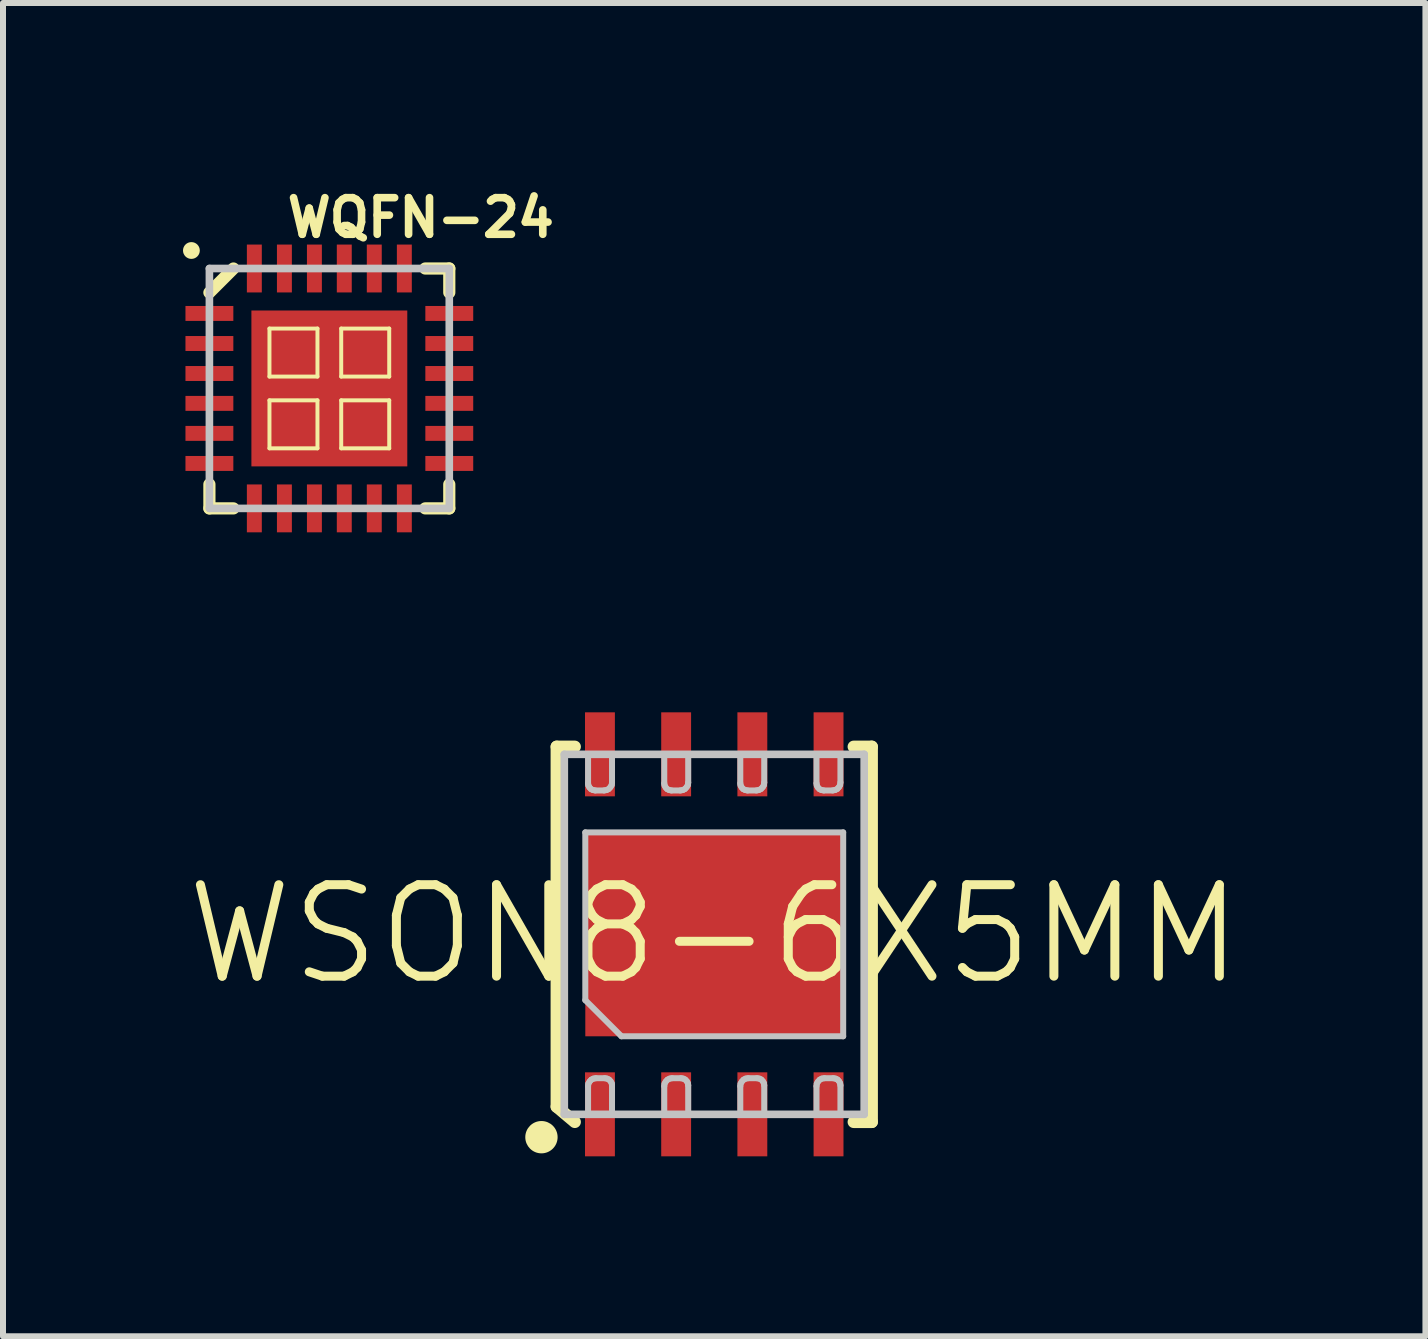
<source format=kicad_pcb>
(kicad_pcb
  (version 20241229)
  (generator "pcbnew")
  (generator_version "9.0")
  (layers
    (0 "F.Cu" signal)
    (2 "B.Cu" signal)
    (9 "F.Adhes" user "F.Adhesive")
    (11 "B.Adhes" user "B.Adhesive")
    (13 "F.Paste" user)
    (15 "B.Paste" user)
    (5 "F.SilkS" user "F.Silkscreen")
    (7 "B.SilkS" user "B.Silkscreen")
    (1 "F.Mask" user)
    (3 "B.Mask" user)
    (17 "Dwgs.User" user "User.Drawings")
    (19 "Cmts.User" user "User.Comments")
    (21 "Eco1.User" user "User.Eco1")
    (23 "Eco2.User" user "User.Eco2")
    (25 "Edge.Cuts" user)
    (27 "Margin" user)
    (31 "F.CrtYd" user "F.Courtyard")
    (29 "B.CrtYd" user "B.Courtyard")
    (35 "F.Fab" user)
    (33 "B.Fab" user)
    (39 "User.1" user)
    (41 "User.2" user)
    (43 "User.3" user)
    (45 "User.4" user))
  (footprint "WQFN-24"
    (layer "F.Cu")
    (at 2.439 3.424)
    (property "Reference" "WQFN-24" (at 1.524 -2.845 0) (layer "F.SilkS") (effects (font (size 0.61 0.61) (thickness 0.127))))
    (attr smd)
    (fp_line (start -1.999 -1.598) (end -1.598 -1.999) (stroke (width 0.203) (type solid)) (layer "F.SilkS"))
    (fp_line (start -1.999 1.999) (end -1.999 1.598) (stroke (width 0.203) (type solid)) (layer "F.SilkS"))
    (fp_line (start -1.999 1.999) (end -1.598 1.999) (stroke (width 0.203) (type solid)) (layer "F.SilkS"))
    (fp_line (start -0.998 -0.998) (end -0.198 -0.998) (stroke (width 0.066) (type solid)) (layer "F.SilkS"))
    (fp_line (start -0.998 -0.198) (end -0.998 -0.998) (stroke (width 0.066) (type solid)) (layer "F.SilkS"))
    (fp_line (start -0.998 -0.198) (end -0.198 -0.198) (stroke (width 0.066) (type solid)) (layer "F.SilkS"))
    (fp_line (start -0.998 0.198) (end -0.198 0.198) (stroke (width 0.066) (type solid)) (layer "F.SilkS"))
    (fp_line (start -0.998 0.998) (end -0.998 0.198) (stroke (width 0.066) (type solid)) (layer "F.SilkS"))
    (fp_line (start -0.998 0.998) (end -0.198 0.998) (stroke (width 0.066) (type solid)) (layer "F.SilkS"))
    (fp_line (start -0.198 -0.198) (end -0.198 -0.998) (stroke (width 0.066) (type solid)) (layer "F.SilkS"))
    (fp_line (start -0.198 0.998) (end -0.198 0.198) (stroke (width 0.066) (type solid)) (layer "F.SilkS"))
    (fp_line (start 0.198 -0.998) (end 0.998 -0.998) (stroke (width 0.066) (type solid)) (layer "F.SilkS"))
    (fp_line (start 0.198 -0.198) (end 0.198 -0.998) (stroke (width 0.066) (type solid)) (layer "F.SilkS"))
    (fp_line (start 0.198 -0.198) (end 0.998 -0.198) (stroke (width 0.066) (type solid)) (layer "F.SilkS"))
    (fp_line (start 0.198 0.198) (end 0.998 0.198) (stroke (width 0.066) (type solid)) (layer "F.SilkS"))
    (fp_line (start 0.198 0.998) (end 0.198 0.198) (stroke (width 0.066) (type solid)) (layer "F.SilkS"))
    (fp_line (start 0.198 0.998) (end 0.998 0.998) (stroke (width 0.066) (type solid)) (layer "F.SilkS"))
    (fp_line (start 0.998 -0.198) (end 0.998 -0.998) (stroke (width 0.066) (type solid)) (layer "F.SilkS"))
    (fp_line (start 0.998 0.998) (end 0.998 0.198) (stroke (width 0.066) (type solid)) (layer "F.SilkS"))
    (fp_line (start 1.999 -1.999) (end 1.598 -1.999) (stroke (width 0.203) (type solid)) (layer "F.SilkS"))
    (fp_line (start 1.999 -1.999) (end 1.999 -1.598) (stroke (width 0.203) (type solid)) (layer "F.SilkS"))
    (fp_line (start 1.999 1.999) (end 1.598 1.999) (stroke (width 0.203) (type solid)) (layer "F.SilkS"))
    (fp_line (start 1.999 1.999) (end 1.999 1.598) (stroke (width 0.203) (type solid)) (layer "F.SilkS"))
    (fp_circle (center -2.299 -2.299) (end -2.398 -2.398) (stroke (width 0) (type solid)) (fill yes) (layer "F.SilkS"))
    (fp_line (start -1.999 -1.999) (end 1.999 -1.999) (stroke (width 0.127) (type solid)) (layer "Dwgs.User"))
    (fp_line (start -1.999 1.999) (end -1.999 -1.999) (stroke (width 0.127) (type solid)) (layer "Dwgs.User"))
    (fp_line (start 1.999 -1.999) (end 1.999 1.999) (stroke (width 0.127) (type solid)) (layer "Dwgs.User"))
    (fp_line (start 1.999 1.999) (end -1.999 1.999) (stroke (width 0.127) (type solid)) (layer "Dwgs.User"))
    (pad "1" smd rect (at -1.999 -1.25 90) (size 0.249 0.798) (layers "F.Cu" "F.Mask" "F.Paste"))
    (pad "2" smd rect (at -1.999 -0.749 90) (size 0.249 0.798) (layers "F.Cu" "F.Mask" "F.Paste"))
    (pad "3" smd rect (at -1.999 -0.249 90) (size 0.249 0.798) (layers "F.Cu" "F.Mask" "F.Paste"))
    (pad "4" smd rect (at -1.999 0.249 90) (size 0.249 0.798) (layers "F.Cu" "F.Mask" "F.Paste"))
    (pad "5" smd rect (at -1.999 0.749 90) (size 0.249 0.798) (layers "F.Cu" "F.Mask" "F.Paste"))
    (pad "6" smd rect (at -1.999 1.25 90) (size 0.249 0.798) (layers "F.Cu" "F.Mask" "F.Paste"))
    (pad "7" smd rect (at -1.25 1.999) (size 0.249 0.798) (layers "F.Cu" "F.Mask" "F.Paste"))
    (pad "8" smd rect (at -0.749 1.999) (size 0.249 0.798) (layers "F.Cu" "F.Mask" "F.Paste"))
    (pad "9" smd rect (at -0.249 1.999) (size 0.249 0.798) (layers "F.Cu" "F.Mask" "F.Paste"))
    (pad "10" smd rect (at 0.249 1.999) (size 0.249 0.798) (layers "F.Cu" "F.Mask" "F.Paste"))
    (pad "11" smd rect (at 0.749 1.999) (size 0.249 0.798) (layers "F.Cu" "F.Mask" "F.Paste"))
    (pad "12" smd rect (at 1.25 1.999) (size 0.249 0.798) (layers "F.Cu" "F.Mask" "F.Paste"))
    (pad "13" smd rect (at 1.999 1.25 90) (size 0.249 0.798) (layers "F.Cu" "F.Mask" "F.Paste"))
    (pad "14" smd rect (at 1.999 0.749 90) (size 0.249 0.798) (layers "F.Cu" "F.Mask" "F.Paste"))
    (pad "15" smd rect (at 1.999 0.249 90) (size 0.249 0.798) (layers "F.Cu" "F.Mask" "F.Paste"))
    (pad "16" smd rect (at 1.999 -0.249 90) (size 0.249 0.798) (layers "F.Cu" "F.Mask" "F.Paste"))
    (pad "17" smd rect (at 1.999 -0.749 90) (size 0.249 0.798) (layers "F.Cu" "F.Mask" "F.Paste"))
    (pad "18" smd rect (at 1.999 -1.25 90) (size 0.249 0.798) (layers "F.Cu" "F.Mask" "F.Paste"))
    (pad "19" smd rect (at 1.25 -1.999) (size 0.249 0.798) (layers "F.Cu" "F.Mask" "F.Paste"))
    (pad "20" smd rect (at 0.749 -1.999) (size 0.249 0.798) (layers "F.Cu" "F.Mask" "F.Paste"))
    (pad "21" smd rect (at 0.249 -1.999) (size 0.249 0.798) (layers "F.Cu" "F.Mask" "F.Paste"))
    (pad "22" smd rect (at -0.249 -1.999) (size 0.249 0.798) (layers "F.Cu" "F.Mask" "F.Paste"))
    (pad "23" smd rect (at -0.749 -1.999) (size 0.249 0.798) (layers "F.Cu" "F.Mask" "F.Paste"))
    (pad "24" smd rect (at -1.25 -1.999) (size 0.249 0.798) (layers "F.Cu" "F.Mask" "F.Paste"))
    (pad "EP" smd rect (at 0 0) (size 2.598 2.598) (layers "F.Cu" "F.Mask" "F.Paste")))
  (footprint "WSON8-6X5MM"
    (layer "F.Cu")
    (at 8.854 12.522)
    (property "Reference" "WSON8-6X5MM" (at 0 0 0) (layer "F.SilkS") (effects (font (size 1.524 1.524) (thickness 0.15))))
    (attr smd)
    (fp_line (start -2.626 -3.127) (end -2.626 2.873) (stroke (width 0.203) (type solid)) (layer "F.SilkS"))
    (fp_line (start -2.626 2.873) (end -2.324 3.127) (stroke (width 0.203) (type solid)) (layer "F.SilkS"))
    (fp_line (start -2.324 -3.127) (end -2.626 -3.127) (stroke (width 0.203) (type solid)) (layer "F.SilkS"))
    (fp_line (start 2.324 3.127) (end 2.626 3.127) (stroke (width 0.203) (type solid)) (layer "F.SilkS"))
    (fp_line (start 2.626 -3.127) (end 2.324 -3.127) (stroke (width 0.203) (type solid)) (layer "F.SilkS"))
    (fp_line (start 2.626 3.127) (end 2.626 -3.127) (stroke (width 0.203) (type solid)) (layer "F.SilkS"))
    (fp_circle (center -2.88 3.381) (end -3.071 3.571) (stroke (width 0) (type solid)) (fill yes) (layer "F.SilkS"))
    (fp_line (start -2.499 -3) (end -2.499 3) (stroke (width 0.127) (type solid)) (layer "Dwgs.User"))
    (fp_line (start -2.499 3) (end 2.499 3) (stroke (width 0.127) (type solid)) (layer "Dwgs.User"))
    (fp_line (start -2.149 -1.699) (end 2.149 -1.699) (stroke (width 0.1) (type solid)) (layer "Dwgs.User"))
    (fp_line (start -2.149 1.097) (end -2.149 -1.699) (stroke (width 0.1) (type solid)) (layer "Dwgs.User"))
    (fp_line (start -2.103 -3) (end -1.704 -3) (stroke (width 0.1) (type solid)) (layer "Dwgs.User"))
    (fp_line (start -2.103 -2.517) (end -2.103 -3) (stroke (width 0.1) (type solid)) (layer "Dwgs.User"))
    (fp_line (start -2.103 2.53) (end -2.098 2.489) (stroke (width 0.1) (type solid)) (layer "Dwgs.User"))
    (fp_line (start -2.103 3) (end -2.103 2.53) (stroke (width 0.1) (type solid)) (layer "Dwgs.User"))
    (fp_line (start -2.098 -2.482) (end -2.103 -2.517) (stroke (width 0.1) (type solid)) (layer "Dwgs.User"))
    (fp_line (start -2.098 2.489) (end -2.078 2.454) (stroke (width 0.1) (type solid)) (layer "Dwgs.User"))
    (fp_line (start -2.08 -2.449) (end -2.098 -2.482) (stroke (width 0.1) (type solid)) (layer "Dwgs.User"))
    (fp_line (start -2.078 2.454) (end -2.05 2.423) (stroke (width 0.1) (type solid)) (layer "Dwgs.User"))
    (fp_line (start -2.055 -2.421) (end -2.08 -2.449) (stroke (width 0.1) (type solid)) (layer "Dwgs.User"))
    (fp_line (start -2.05 2.423) (end -2.014 2.405) (stroke (width 0.1) (type solid)) (layer "Dwgs.User"))
    (fp_line (start -2.022 -2.405) (end -2.055 -2.421) (stroke (width 0.1) (type solid)) (layer "Dwgs.User"))
    (fp_line (start -2.014 2.405) (end -1.974 2.398) (stroke (width 0.1) (type solid)) (layer "Dwgs.User"))
    (fp_line (start -1.984 -2.398) (end -2.022 -2.405) (stroke (width 0.1) (type solid)) (layer "Dwgs.User"))
    (fp_line (start -1.974 2.398) (end -1.824 2.398) (stroke (width 0.1) (type solid)) (layer "Dwgs.User"))
    (fp_line (start -1.834 -2.398) (end -1.984 -2.398) (stroke (width 0.1) (type solid)) (layer "Dwgs.User"))
    (fp_line (start -1.824 2.398) (end -1.786 2.405) (stroke (width 0.1) (type solid)) (layer "Dwgs.User"))
    (fp_line (start -1.793 -2.405) (end -1.834 -2.398) (stroke (width 0.1) (type solid)) (layer "Dwgs.User"))
    (fp_line (start -1.786 2.405) (end -1.753 2.421) (stroke (width 0.1) (type solid)) (layer "Dwgs.User"))
    (fp_line (start -1.758 -2.423) (end -1.793 -2.405) (stroke (width 0.1) (type solid)) (layer "Dwgs.User"))
    (fp_line (start -1.753 2.421) (end -1.727 2.449) (stroke (width 0.1) (type solid)) (layer "Dwgs.User"))
    (fp_line (start -1.73 -2.454) (end -1.758 -2.423) (stroke (width 0.1) (type solid)) (layer "Dwgs.User"))
    (fp_line (start -1.727 2.449) (end -1.709 2.482) (stroke (width 0.1) (type solid)) (layer "Dwgs.User"))
    (fp_line (start -1.709 -2.489) (end -1.73 -2.454) (stroke (width 0.1) (type solid)) (layer "Dwgs.User"))
    (fp_line (start -1.709 2.482) (end -1.704 2.517) (stroke (width 0.1) (type solid)) (layer "Dwgs.User"))
    (fp_line (start -1.704 -3) (end -1.704 -2.53) (stroke (width 0.1) (type solid)) (layer "Dwgs.User"))
    (fp_line (start -1.704 -2.53) (end -1.709 -2.489) (stroke (width 0.1) (type solid)) (layer "Dwgs.User"))
    (fp_line (start -1.704 2.517) (end -1.704 3) (stroke (width 0.1) (type solid)) (layer "Dwgs.User"))
    (fp_line (start -1.704 3) (end -2.103 3) (stroke (width 0.1) (type solid)) (layer "Dwgs.User"))
    (fp_line (start -1.547 1.699) (end -2.149 1.097) (stroke (width 0.1) (type solid)) (layer "Dwgs.User"))
    (fp_line (start -0.833 -3) (end -0.434 -3) (stroke (width 0.1) (type solid)) (layer "Dwgs.User"))
    (fp_line (start -0.833 -2.517) (end -0.833 -3) (stroke (width 0.1) (type solid)) (layer "Dwgs.User"))
    (fp_line (start -0.833 2.53) (end -0.828 2.489) (stroke (width 0.1) (type solid)) (layer "Dwgs.User"))
    (fp_line (start -0.833 3) (end -0.833 2.53) (stroke (width 0.1) (type solid)) (layer "Dwgs.User"))
    (fp_line (start -0.828 -2.482) (end -0.833 -2.517) (stroke (width 0.1) (type solid)) (layer "Dwgs.User"))
    (fp_line (start -0.828 2.489) (end -0.808 2.454) (stroke (width 0.1) (type solid)) (layer "Dwgs.User"))
    (fp_line (start -0.81 -2.449) (end -0.828 -2.482) (stroke (width 0.1) (type solid)) (layer "Dwgs.User"))
    (fp_line (start -0.808 2.454) (end -0.78 2.423) (stroke (width 0.1) (type solid)) (layer "Dwgs.User"))
    (fp_line (start -0.785 -2.421) (end -0.81 -2.449) (stroke (width 0.1) (type solid)) (layer "Dwgs.User"))
    (fp_line (start -0.78 2.423) (end -0.744 2.405) (stroke (width 0.1) (type solid)) (layer "Dwgs.User"))
    (fp_line (start -0.752 -2.405) (end -0.785 -2.421) (stroke (width 0.1) (type solid)) (layer "Dwgs.User"))
    (fp_line (start -0.744 2.405) (end -0.704 2.398) (stroke (width 0.1) (type solid)) (layer "Dwgs.User"))
    (fp_line (start -0.714 -2.398) (end -0.752 -2.405) (stroke (width 0.1) (type solid)) (layer "Dwgs.User"))
    (fp_line (start -0.704 2.398) (end -0.554 2.398) (stroke (width 0.1) (type solid)) (layer "Dwgs.User"))
    (fp_line (start -0.564 -2.398) (end -0.714 -2.398) (stroke (width 0.1) (type solid)) (layer "Dwgs.User"))
    (fp_line (start -0.554 2.398) (end -0.516 2.405) (stroke (width 0.1) (type solid)) (layer "Dwgs.User"))
    (fp_line (start -0.523 -2.405) (end -0.564 -2.398) (stroke (width 0.1) (type solid)) (layer "Dwgs.User"))
    (fp_line (start -0.516 2.405) (end -0.483 2.421) (stroke (width 0.1) (type solid)) (layer "Dwgs.User"))
    (fp_line (start -0.488 -2.423) (end -0.523 -2.405) (stroke (width 0.1) (type solid)) (layer "Dwgs.User"))
    (fp_line (start -0.483 2.421) (end -0.457 2.449) (stroke (width 0.1) (type solid)) (layer "Dwgs.User"))
    (fp_line (start -0.46 -2.454) (end -0.488 -2.423) (stroke (width 0.1) (type solid)) (layer "Dwgs.User"))
    (fp_line (start -0.457 2.449) (end -0.439 2.482) (stroke (width 0.1) (type solid)) (layer "Dwgs.User"))
    (fp_line (start -0.439 -2.489) (end -0.46 -2.454) (stroke (width 0.1) (type solid)) (layer "Dwgs.User"))
    (fp_line (start -0.439 2.482) (end -0.434 2.517) (stroke (width 0.1) (type solid)) (layer "Dwgs.User"))
    (fp_line (start -0.434 -3) (end -0.434 -2.53) (stroke (width 0.1) (type solid)) (layer "Dwgs.User"))
    (fp_line (start -0.434 -2.53) (end -0.439 -2.489) (stroke (width 0.1) (type solid)) (layer "Dwgs.User"))
    (fp_line (start -0.434 2.517) (end -0.434 3) (stroke (width 0.1) (type solid)) (layer "Dwgs.User"))
    (fp_line (start -0.434 3) (end -0.833 3) (stroke (width 0.1) (type solid)) (layer "Dwgs.User"))
    (fp_line (start 0.434 -3) (end 0.833 -3) (stroke (width 0.1) (type solid)) (layer "Dwgs.User"))
    (fp_line (start 0.434 -2.517) (end 0.434 -3) (stroke (width 0.1) (type solid)) (layer "Dwgs.User"))
    (fp_line (start 0.434 2.53) (end 0.439 2.489) (stroke (width 0.1) (type solid)) (layer "Dwgs.User"))
    (fp_line (start 0.434 3) (end 0.434 2.53) (stroke (width 0.1) (type solid)) (layer "Dwgs.User"))
    (fp_line (start 0.439 -2.482) (end 0.434 -2.517) (stroke (width 0.1) (type solid)) (layer "Dwgs.User"))
    (fp_line (start 0.439 2.489) (end 0.46 2.454) (stroke (width 0.1) (type solid)) (layer "Dwgs.User"))
    (fp_line (start 0.457 -2.449) (end 0.439 -2.482) (stroke (width 0.1) (type solid)) (layer "Dwgs.User"))
    (fp_line (start 0.46 2.454) (end 0.488 2.423) (stroke (width 0.1) (type solid)) (layer "Dwgs.User"))
    (fp_line (start 0.483 -2.421) (end 0.457 -2.449) (stroke (width 0.1) (type solid)) (layer "Dwgs.User"))
    (fp_line (start 0.488 2.423) (end 0.523 2.405) (stroke (width 0.1) (type solid)) (layer "Dwgs.User"))
    (fp_line (start 0.516 -2.405) (end 0.483 -2.421) (stroke (width 0.1) (type solid)) (layer "Dwgs.User"))
    (fp_line (start 0.523 2.405) (end 0.564 2.398) (stroke (width 0.1) (type solid)) (layer "Dwgs.User"))
    (fp_line (start 0.554 -2.398) (end 0.516 -2.405) (stroke (width 0.1) (type solid)) (layer "Dwgs.User"))
    (fp_line (start 0.564 2.398) (end 0.714 2.398) (stroke (width 0.1) (type solid)) (layer "Dwgs.User"))
    (fp_line (start 0.704 -2.398) (end 0.554 -2.398) (stroke (width 0.1) (type solid)) (layer "Dwgs.User"))
    (fp_line (start 0.714 2.398) (end 0.752 2.405) (stroke (width 0.1) (type solid)) (layer "Dwgs.User"))
    (fp_line (start 0.744 -2.405) (end 0.704 -2.398) (stroke (width 0.1) (type solid)) (layer "Dwgs.User"))
    (fp_line (start 0.752 2.405) (end 0.785 2.421) (stroke (width 0.1) (type solid)) (layer "Dwgs.User"))
    (fp_line (start 0.78 -2.423) (end 0.744 -2.405) (stroke (width 0.1) (type solid)) (layer "Dwgs.User"))
    (fp_line (start 0.785 2.421) (end 0.81 2.449) (stroke (width 0.1) (type solid)) (layer "Dwgs.User"))
    (fp_line (start 0.808 -2.454) (end 0.78 -2.423) (stroke (width 0.1) (type solid)) (layer "Dwgs.User"))
    (fp_line (start 0.81 2.449) (end 0.828 2.482) (stroke (width 0.1) (type solid)) (layer "Dwgs.User"))
    (fp_line (start 0.828 -2.489) (end 0.808 -2.454) (stroke (width 0.1) (type solid)) (layer "Dwgs.User"))
    (fp_line (start 0.828 2.482) (end 0.833 2.517) (stroke (width 0.1) (type solid)) (layer "Dwgs.User"))
    (fp_line (start 0.833 -3) (end 0.833 -2.53) (stroke (width 0.1) (type solid)) (layer "Dwgs.User"))
    (fp_line (start 0.833 -2.53) (end 0.828 -2.489) (stroke (width 0.1) (type solid)) (layer "Dwgs.User"))
    (fp_line (start 0.833 2.517) (end 0.833 3) (stroke (width 0.1) (type solid)) (layer "Dwgs.User"))
    (fp_line (start 0.833 3) (end 0.434 3) (stroke (width 0.1) (type solid)) (layer "Dwgs.User"))
    (fp_line (start 1.704 -3) (end 2.103 -3) (stroke (width 0.1) (type solid)) (layer "Dwgs.User"))
    (fp_line (start 1.704 -2.517) (end 1.704 -3) (stroke (width 0.1) (type solid)) (layer "Dwgs.User"))
    (fp_line (start 1.704 2.53) (end 1.709 2.489) (stroke (width 0.1) (type solid)) (layer "Dwgs.User"))
    (fp_line (start 1.704 3) (end 1.704 2.53) (stroke (width 0.1) (type solid)) (layer "Dwgs.User"))
    (fp_line (start 1.709 -2.482) (end 1.704 -2.517) (stroke (width 0.1) (type solid)) (layer "Dwgs.User"))
    (fp_line (start 1.709 2.489) (end 1.73 2.454) (stroke (width 0.1) (type solid)) (layer "Dwgs.User"))
    (fp_line (start 1.727 -2.449) (end 1.709 -2.482) (stroke (width 0.1) (type solid)) (layer "Dwgs.User"))
    (fp_line (start 1.73 2.454) (end 1.758 2.423) (stroke (width 0.1) (type solid)) (layer "Dwgs.User"))
    (fp_line (start 1.753 -2.421) (end 1.727 -2.449) (stroke (width 0.1) (type solid)) (layer "Dwgs.User"))
    (fp_line (start 1.758 2.423) (end 1.793 2.405) (stroke (width 0.1) (type solid)) (layer "Dwgs.User"))
    (fp_line (start 1.786 -2.405) (end 1.753 -2.421) (stroke (width 0.1) (type solid)) (layer "Dwgs.User"))
    (fp_line (start 1.793 2.405) (end 1.834 2.398) (stroke (width 0.1) (type solid)) (layer "Dwgs.User"))
    (fp_line (start 1.824 -2.398) (end 1.786 -2.405) (stroke (width 0.1) (type solid)) (layer "Dwgs.User"))
    (fp_line (start 1.834 2.398) (end 1.984 2.398) (stroke (width 0.1) (type solid)) (layer "Dwgs.User"))
    (fp_line (start 1.974 -2.398) (end 1.824 -2.398) (stroke (width 0.1) (type solid)) (layer "Dwgs.User"))
    (fp_line (start 1.984 2.398) (end 2.022 2.405) (stroke (width 0.1) (type solid)) (layer "Dwgs.User"))
    (fp_line (start 2.014 -2.405) (end 1.974 -2.398) (stroke (width 0.1) (type solid)) (layer "Dwgs.User"))
    (fp_line (start 2.022 2.405) (end 2.055 2.421) (stroke (width 0.1) (type solid)) (layer "Dwgs.User"))
    (fp_line (start 2.05 -2.423) (end 2.014 -2.405) (stroke (width 0.1) (type solid)) (layer "Dwgs.User"))
    (fp_line (start 2.055 2.421) (end 2.08 2.449) (stroke (width 0.1) (type solid)) (layer "Dwgs.User"))
    (fp_line (start 2.078 -2.454) (end 2.05 -2.423) (stroke (width 0.1) (type solid)) (layer "Dwgs.User"))
    (fp_line (start 2.08 2.449) (end 2.098 2.482) (stroke (width 0.1) (type solid)) (layer "Dwgs.User"))
    (fp_line (start 2.098 -2.489) (end 2.078 -2.454) (stroke (width 0.1) (type solid)) (layer "Dwgs.User"))
    (fp_line (start 2.098 2.482) (end 2.103 2.517) (stroke (width 0.1) (type solid)) (layer "Dwgs.User"))
    (fp_line (start 2.103 -3) (end 2.103 -2.53) (stroke (width 0.1) (type solid)) (layer "Dwgs.User"))
    (fp_line (start 2.103 -2.53) (end 2.098 -2.489) (stroke (width 0.1) (type solid)) (layer "Dwgs.User"))
    (fp_line (start 2.103 2.517) (end 2.103 3) (stroke (width 0.1) (type solid)) (layer "Dwgs.User"))
    (fp_line (start 2.103 3) (end 1.704 3) (stroke (width 0.1) (type solid)) (layer "Dwgs.User"))
    (fp_line (start 2.149 -1.699) (end 2.149 1.699) (stroke (width 0.1) (type solid)) (layer "Dwgs.User"))
    (fp_line (start 2.149 1.699) (end -1.547 1.699) (stroke (width 0.1) (type solid)) (layer "Dwgs.User"))
    (fp_line (start 2.499 -3) (end -2.499 -3) (stroke (width 0.127) (type solid)) (layer "Dwgs.User"))
    (fp_line (start 2.499 3) (end 2.499 -3) (stroke (width 0.127) (type solid)) (layer "Dwgs.User"))
    (pad "1" smd rect (at -1.905 3 90) (size 1.4 0.498) (layers "F.Cu" "F.Mask" "F.Paste"))
    (pad "2" smd rect (at -0.635 3 90) (size 1.4 0.498) (layers "F.Cu" "F.Mask" "F.Paste"))
    (pad "3" smd rect (at 0.635 3 90) (size 1.4 0.498) (layers "F.Cu" "F.Mask" "F.Paste"))
    (pad "4" smd rect (at 1.905 3 90) (size 1.4 0.498) (layers "F.Cu" "F.Mask" "F.Paste"))
    (pad "5" smd rect (at 1.905 -3 270) (size 1.4 0.498) (layers "F.Cu" "F.Mask" "F.Paste"))
    (pad "6" smd rect (at 0.635 -3 270) (size 1.4 0.498) (layers "F.Cu" "F.Mask" "F.Paste"))
    (pad "7" smd rect (at -0.635 -3 270) (size 1.4 0.498) (layers "F.Cu" "F.Mask" "F.Paste"))
    (pad "8" smd rect (at -1.905 -3 270) (size 1.4 0.498) (layers "F.Cu" "F.Mask" "F.Paste"))
    (pad "EP" smd rect (at 0 0 90) (size 3.399 4.298) (layers "F.Cu" "F.Mask" "F.Paste")))
  (gr_rect
    (start -3 -3)
    (end 20.707 19.221)
    (stroke (width 0.1) (type default))
    (fill no)
    (layer "Edge.Cuts")))
</source>
